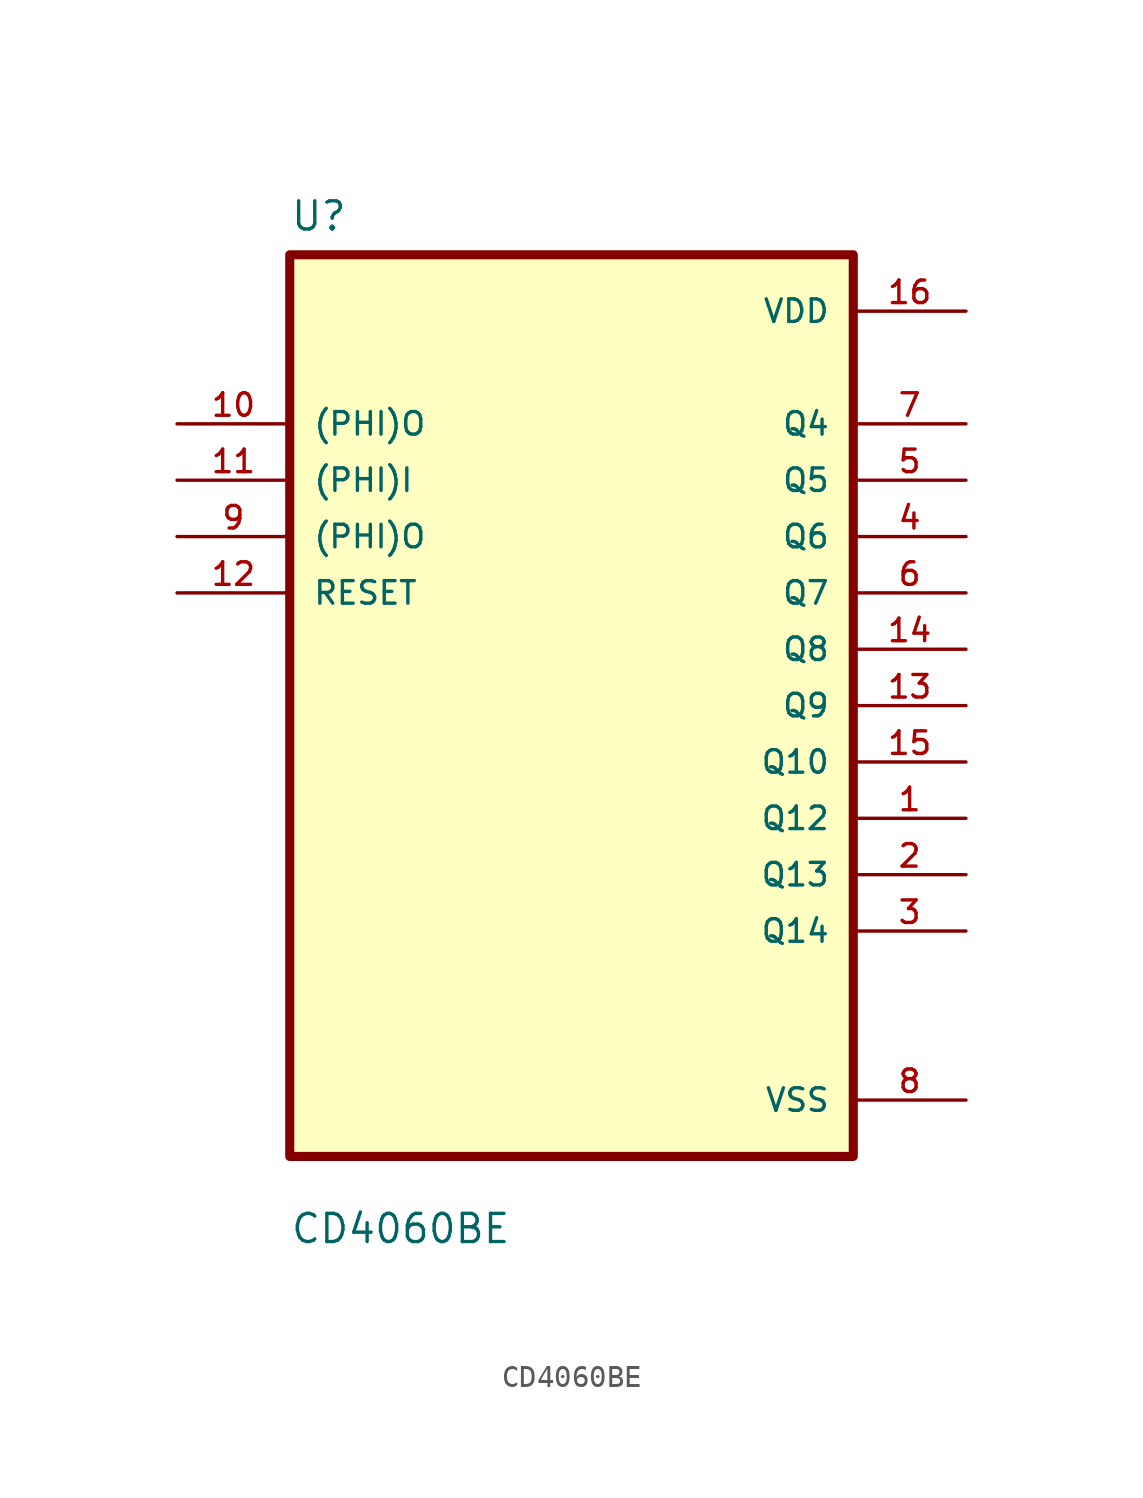
<source format=kicad_sym>
(kicad_symbol_lib
  (version 20220914)
  (generator kicad_symbol_editor)
  (symbol "CD4060BE"
    (pin_names
      (offset 1.016))
    (property "Reference" "U"
      (at -12.7 21.32 0)
      (effects (font (size 1.27 1.27)) (justify left bottom)))
    (property "Value" "CD4060BE"
      (at -12.7 -24.32 0)
      (effects (font (size 1.27 1.27)) (justify left bottom)))
    (symbol "CD4060BE_0_0"
      (rectangle (start -12.7 -20.32) (end 12.7 20.32) (stroke (width 0.41) (type default)) (fill (type background)))
      (pin output line (at 17.78 -5.08 180) (length 5.08) (name "Q12" (effects (font (size 1.016 1.016)))) (number "1" (effects (font (size 1.016 1.016)))))
      (pin input line (at -17.78 12.7 0) (length 5.08) (name "(PHI)O" (effects (font (size 1.016 1.016)))) (number "10" (effects (font (size 1.016 1.016)))))
      (pin input line (at -17.78 10.16 0) (length 5.08) (name "(PHI)I" (effects (font (size 1.016 1.016)))) (number "11" (effects (font (size 1.016 1.016)))))
      (pin input line (at -17.78 5.08 0) (length 5.08) (name "RESET" (effects (font (size 1.016 1.016)))) (number "12" (effects (font (size 1.016 1.016)))))
      (pin output line (at 17.78 0 180) (length 5.08) (name "Q9" (effects (font (size 1.016 1.016)))) (number "13" (effects (font (size 1.016 1.016)))))
      (pin output line (at 17.78 2.54 180) (length 5.08) (name "Q8" (effects (font (size 1.016 1.016)))) (number "14" (effects (font (size 1.016 1.016)))))
      (pin output line (at 17.78 -2.54 180) (length 5.08) (name "Q10" (effects (font (size 1.016 1.016)))) (number "15" (effects (font (size 1.016 1.016)))))
      (pin power_in line (at 17.78 17.78 180) (length 5.08) (name "VDD" (effects (font (size 1.016 1.016)))) (number "16" (effects (font (size 1.016 1.016)))))
      (pin output line (at 17.78 -7.62 180) (length 5.08) (name "Q13" (effects (font (size 1.016 1.016)))) (number "2" (effects (font (size 1.016 1.016)))))
      (pin output line (at 17.78 -10.16 180) (length 5.08) (name "Q14" (effects (font (size 1.016 1.016)))) (number "3" (effects (font (size 1.016 1.016)))))
      (pin output line (at 17.78 7.62 180) (length 5.08) (name "Q6" (effects (font (size 1.016 1.016)))) (number "4" (effects (font (size 1.016 1.016)))))
      (pin output line (at 17.78 10.16 180) (length 5.08) (name "Q5" (effects (font (size 1.016 1.016)))) (number "5" (effects (font (size 1.016 1.016)))))
      (pin output line (at 17.78 5.08 180) (length 5.08) (name "Q7" (effects (font (size 1.016 1.016)))) (number "6" (effects (font (size 1.016 1.016)))))
      (pin output line (at 17.78 12.7 180) (length 5.08) (name "Q4" (effects (font (size 1.016 1.016)))) (number "7" (effects (font (size 1.016 1.016)))))
      (pin power_in line (at 17.78 -17.78 180) (length 5.08) (name "VSS" (effects (font (size 1.016 1.016)))) (number "8" (effects (font (size 1.016 1.016)))))
      (pin input line (at -17.78 7.62 0) (length 5.08) (name "(PHI)O" (effects (font (size 1.016 1.016)))) (number "9" (effects (font (size 1.016 1.016))))))))
</source>
